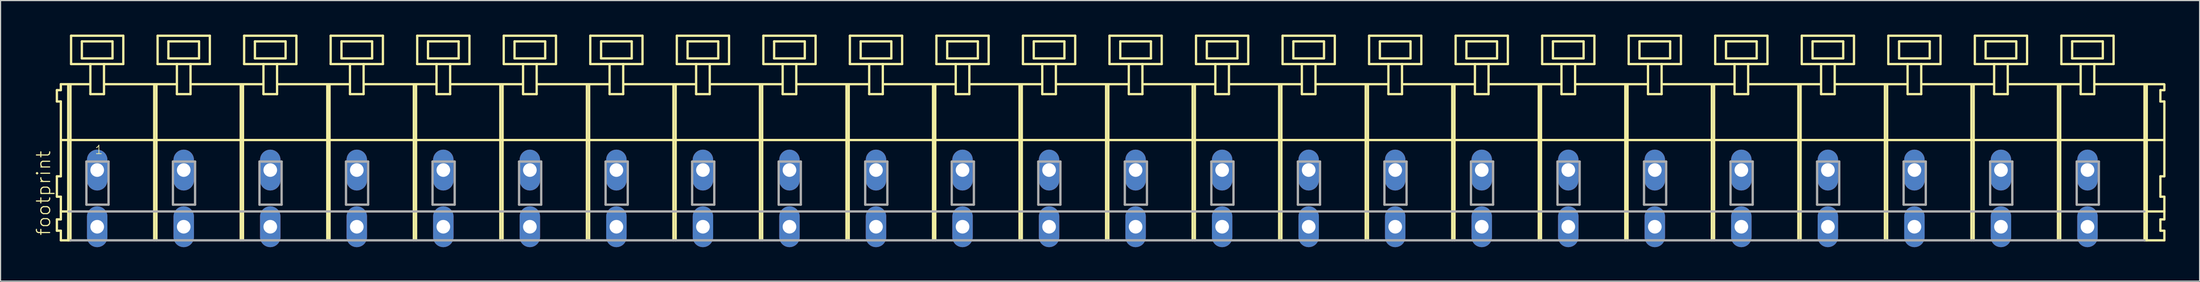
<source format=kicad_pcb>
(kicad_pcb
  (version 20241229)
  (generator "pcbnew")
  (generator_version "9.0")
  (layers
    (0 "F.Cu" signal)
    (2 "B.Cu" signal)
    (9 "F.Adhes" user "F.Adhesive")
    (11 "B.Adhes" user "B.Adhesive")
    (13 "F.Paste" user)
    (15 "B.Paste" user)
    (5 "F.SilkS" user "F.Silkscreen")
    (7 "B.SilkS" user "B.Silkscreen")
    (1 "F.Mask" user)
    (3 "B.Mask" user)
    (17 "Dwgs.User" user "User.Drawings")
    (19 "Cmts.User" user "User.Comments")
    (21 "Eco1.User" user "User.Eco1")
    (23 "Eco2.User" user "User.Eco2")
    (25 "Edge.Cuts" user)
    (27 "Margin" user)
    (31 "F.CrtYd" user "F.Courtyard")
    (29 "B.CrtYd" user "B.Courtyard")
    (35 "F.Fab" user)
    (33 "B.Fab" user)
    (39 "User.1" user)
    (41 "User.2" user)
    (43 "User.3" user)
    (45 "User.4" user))
  (footprint "footprint"
    (layer "F.Cu")
    (at 94.408 11.952)
    (property "Reference" "footprint" (at -92.935 5.855 90) (layer "F.SilkS") (effects (font (size 1.168 1.168) (thickness 0.102)) (justify left bottom)))
    (fp_line (start -92.45 -7.05) (end -92.45 -6.05) (stroke (width 0.203) (type solid)) (layer "F.SilkS"))
    (fp_line (start -92.45 -6.05) (end -92.1 -6.05) (stroke (width 0.203) (type solid)) (layer "F.SilkS"))
    (fp_line (start -92.45 0.55) (end -92.45 2.35) (stroke (width 0.203) (type solid)) (layer "F.SilkS"))
    (fp_line (start -92.45 2.35) (end -92.1 2.35) (stroke (width 0.203) (type solid)) (layer "F.SilkS"))
    (fp_line (start -92.45 4.35) (end -92.45 5.35) (stroke (width 0.203) (type solid)) (layer "F.SilkS"))
    (fp_line (start -92.45 5.35) (end -92.1 5.35) (stroke (width 0.203) (type solid)) (layer "F.SilkS"))
    (fp_line (start -92.1 -7.575) (end -92.1 -7.05) (stroke (width 0.203) (type solid)) (layer "F.SilkS"))
    (fp_line (start -92.1 -7.575) (end -89.525 -7.575) (stroke (width 0.203) (type solid)) (layer "F.SilkS"))
    (fp_line (start -92.1 -7.05) (end -92.45 -7.05) (stroke (width 0.203) (type solid)) (layer "F.SilkS"))
    (fp_line (start -92.1 -6.05) (end -92.1 0.55) (stroke (width 0.203) (type solid)) (layer "F.SilkS"))
    (fp_line (start -92.1 0.55) (end -92.45 0.55) (stroke (width 0.203) (type solid)) (layer "F.SilkS"))
    (fp_line (start -92.1 2.35) (end -92.1 4.35) (stroke (width 0.203) (type solid)) (layer "F.SilkS"))
    (fp_line (start -92.1 3.65) (end -91.4 3.65) (stroke (width 0.203) (type solid)) (layer "F.SilkS"))
    (fp_line (start -92.1 4.35) (end -92.45 4.35) (stroke (width 0.203) (type solid)) (layer "F.SilkS"))
    (fp_line (start -92.1 5.35) (end -92.1 6.2) (stroke (width 0.203) (type solid)) (layer "F.SilkS"))
    (fp_line (start -92.1 6.2) (end -91.45 6.2) (stroke (width 0.203) (type solid)) (layer "F.SilkS"))
    (fp_line (start -92.05 -2.65) (end 93.08 -2.65) (stroke (width 0.203) (type solid)) (layer "F.SilkS"))
    (fp_line (start -91.45 -7.55) (end -91.45 6.2) (stroke (width 0.203) (type solid)) (layer "F.SilkS"))
    (fp_line (start -91.45 6.2) (end -91.25 6.2) (stroke (width 0.203) (type solid)) (layer "F.SilkS"))
    (fp_line (start -91.25 -7.55) (end -91.25 6.2) (stroke (width 0.203) (type solid)) (layer "F.SilkS"))
    (fp_line (start -91.2 -11.85) (end -91.2 -9.35) (stroke (width 0.203) (type solid)) (layer "F.SilkS"))
    (fp_line (start -91.2 -9.35) (end -89.5 -9.35) (stroke (width 0.203) (type solid)) (layer "F.SilkS"))
    (fp_line (start -90.25 -11.35) (end -90.25 -9.85) (stroke (width 0.203) (type solid)) (layer "F.SilkS"))
    (fp_line (start -90.25 -9.85) (end -87.55 -9.85) (stroke (width 0.203) (type solid)) (layer "F.SilkS"))
    (fp_line (start -89.5 -9.35) (end -89.5 -6.7) (stroke (width 0.203) (type solid)) (layer "F.SilkS"))
    (fp_line (start -89.5 -9.35) (end -88.3 -9.35) (stroke (width 0.203) (type solid)) (layer "F.SilkS"))
    (fp_line (start -89.5 -6.7) (end -88.3 -6.7) (stroke (width 0.203) (type solid)) (layer "F.SilkS"))
    (fp_line (start -88.3 -9.35) (end -86.6 -9.35) (stroke (width 0.203) (type solid)) (layer "F.SilkS"))
    (fp_line (start -88.3 -6.7) (end -88.3 -9.35) (stroke (width 0.203) (type solid)) (layer "F.SilkS"))
    (fp_line (start -88.275 -7.575) (end -81.901 -7.575) (stroke (width 0.203) (type solid)) (layer "F.SilkS"))
    (fp_line (start -87.55 -11.35) (end -90.25 -11.35) (stroke (width 0.203) (type solid)) (layer "F.SilkS"))
    (fp_line (start -87.55 -9.85) (end -87.55 -11.35) (stroke (width 0.203) (type solid)) (layer "F.SilkS"))
    (fp_line (start -86.6 -11.85) (end -91.2 -11.85) (stroke (width 0.203) (type solid)) (layer "F.SilkS"))
    (fp_line (start -86.6 -9.35) (end -86.6 -11.85) (stroke (width 0.203) (type solid)) (layer "F.SilkS"))
    (fp_line (start -83.88 -7.55) (end -83.88 6.2) (stroke (width 0.203) (type solid)) (layer "F.SilkS"))
    (fp_line (start -83.68 -7.55) (end -83.68 6.2) (stroke (width 0.203) (type solid)) (layer "F.SilkS"))
    (fp_line (start -83.58 -11.85) (end -83.58 -9.35) (stroke (width 0.203) (type solid)) (layer "F.SilkS"))
    (fp_line (start -83.58 -9.35) (end -81.88 -9.35) (stroke (width 0.203) (type solid)) (layer "F.SilkS"))
    (fp_line (start -82.63 -11.35) (end -82.63 -9.85) (stroke (width 0.203) (type solid)) (layer "F.SilkS"))
    (fp_line (start -82.63 -9.85) (end -79.93 -9.85) (stroke (width 0.203) (type solid)) (layer "F.SilkS"))
    (fp_line (start -81.88 -9.35) (end -81.88 -6.7) (stroke (width 0.203) (type solid)) (layer "F.SilkS"))
    (fp_line (start -81.88 -9.35) (end -80.68 -9.35) (stroke (width 0.203) (type solid)) (layer "F.SilkS"))
    (fp_line (start -81.88 -6.7) (end -80.68 -6.7) (stroke (width 0.203) (type solid)) (layer "F.SilkS"))
    (fp_line (start -80.68 -9.35) (end -78.98 -9.35) (stroke (width 0.203) (type solid)) (layer "F.SilkS"))
    (fp_line (start -80.68 -6.7) (end -80.68 -9.35) (stroke (width 0.203) (type solid)) (layer "F.SilkS"))
    (fp_line (start -80.655 -7.575) (end -74.281 -7.575) (stroke (width 0.203) (type solid)) (layer "F.SilkS"))
    (fp_line (start -79.93 -11.35) (end -82.63 -11.35) (stroke (width 0.203) (type solid)) (layer "F.SilkS"))
    (fp_line (start -79.93 -9.85) (end -79.93 -11.35) (stroke (width 0.203) (type solid)) (layer "F.SilkS"))
    (fp_line (start -78.98 -11.85) (end -83.58 -11.85) (stroke (width 0.203) (type solid)) (layer "F.SilkS"))
    (fp_line (start -78.98 -9.35) (end -78.98 -11.85) (stroke (width 0.203) (type solid)) (layer "F.SilkS"))
    (fp_line (start -76.26 -7.55) (end -76.26 6.2) (stroke (width 0.203) (type solid)) (layer "F.SilkS"))
    (fp_line (start -76.06 -7.55) (end -76.06 6.2) (stroke (width 0.203) (type solid)) (layer "F.SilkS"))
    (fp_line (start -75.96 -11.85) (end -75.96 -9.35) (stroke (width 0.203) (type solid)) (layer "F.SilkS"))
    (fp_line (start -75.96 -9.35) (end -74.26 -9.35) (stroke (width 0.203) (type solid)) (layer "F.SilkS"))
    (fp_line (start -75.01 -11.35) (end -75.01 -9.85) (stroke (width 0.203) (type solid)) (layer "F.SilkS"))
    (fp_line (start -75.01 -9.85) (end -72.31 -9.85) (stroke (width 0.203) (type solid)) (layer "F.SilkS"))
    (fp_line (start -74.26 -9.35) (end -74.26 -6.7) (stroke (width 0.203) (type solid)) (layer "F.SilkS"))
    (fp_line (start -74.26 -9.35) (end -73.06 -9.35) (stroke (width 0.203) (type solid)) (layer "F.SilkS"))
    (fp_line (start -74.26 -6.7) (end -73.06 -6.7) (stroke (width 0.203) (type solid)) (layer "F.SilkS"))
    (fp_line (start -73.06 -9.35) (end -71.36 -9.35) (stroke (width 0.203) (type solid)) (layer "F.SilkS"))
    (fp_line (start -73.06 -6.7) (end -73.06 -9.35) (stroke (width 0.203) (type solid)) (layer "F.SilkS"))
    (fp_line (start -73.035 -7.575) (end -66.661 -7.575) (stroke (width 0.203) (type solid)) (layer "F.SilkS"))
    (fp_line (start -72.31 -11.35) (end -75.01 -11.35) (stroke (width 0.203) (type solid)) (layer "F.SilkS"))
    (fp_line (start -72.31 -9.85) (end -72.31 -11.35) (stroke (width 0.203) (type solid)) (layer "F.SilkS"))
    (fp_line (start -71.36 -11.85) (end -75.96 -11.85) (stroke (width 0.203) (type solid)) (layer "F.SilkS"))
    (fp_line (start -71.36 -9.35) (end -71.36 -11.85) (stroke (width 0.203) (type solid)) (layer "F.SilkS"))
    (fp_line (start -68.64 -7.55) (end -68.64 6.2) (stroke (width 0.203) (type solid)) (layer "F.SilkS"))
    (fp_line (start -68.44 -7.55) (end -68.44 6.2) (stroke (width 0.203) (type solid)) (layer "F.SilkS"))
    (fp_line (start -68.34 -11.85) (end -68.34 -9.35) (stroke (width 0.203) (type solid)) (layer "F.SilkS"))
    (fp_line (start -68.34 -9.35) (end -66.64 -9.35) (stroke (width 0.203) (type solid)) (layer "F.SilkS"))
    (fp_line (start -67.39 -11.35) (end -67.39 -9.85) (stroke (width 0.203) (type solid)) (layer "F.SilkS"))
    (fp_line (start -67.39 -9.85) (end -64.69 -9.85) (stroke (width 0.203) (type solid)) (layer "F.SilkS"))
    (fp_line (start -66.64 -9.35) (end -66.64 -6.7) (stroke (width 0.203) (type solid)) (layer "F.SilkS"))
    (fp_line (start -66.64 -9.35) (end -65.44 -9.35) (stroke (width 0.203) (type solid)) (layer "F.SilkS"))
    (fp_line (start -66.64 -6.7) (end -65.44 -6.7) (stroke (width 0.203) (type solid)) (layer "F.SilkS"))
    (fp_line (start -65.44 -9.35) (end -63.74 -9.35) (stroke (width 0.203) (type solid)) (layer "F.SilkS"))
    (fp_line (start -65.44 -6.7) (end -65.44 -9.35) (stroke (width 0.203) (type solid)) (layer "F.SilkS"))
    (fp_line (start -65.415 -7.575) (end -59.041 -7.575) (stroke (width 0.203) (type solid)) (layer "F.SilkS"))
    (fp_line (start -64.69 -11.35) (end -67.39 -11.35) (stroke (width 0.203) (type solid)) (layer "F.SilkS"))
    (fp_line (start -64.69 -9.85) (end -64.69 -11.35) (stroke (width 0.203) (type solid)) (layer "F.SilkS"))
    (fp_line (start -63.74 -11.85) (end -68.34 -11.85) (stroke (width 0.203) (type solid)) (layer "F.SilkS"))
    (fp_line (start -63.74 -9.35) (end -63.74 -11.85) (stroke (width 0.203) (type solid)) (layer "F.SilkS"))
    (fp_line (start -61.02 -7.55) (end -61.02 6.2) (stroke (width 0.203) (type solid)) (layer "F.SilkS"))
    (fp_line (start -60.82 -7.55) (end -60.82 6.2) (stroke (width 0.203) (type solid)) (layer "F.SilkS"))
    (fp_line (start -60.72 -11.85) (end -60.72 -9.35) (stroke (width 0.203) (type solid)) (layer "F.SilkS"))
    (fp_line (start -60.72 -9.35) (end -59.02 -9.35) (stroke (width 0.203) (type solid)) (layer "F.SilkS"))
    (fp_line (start -59.77 -11.35) (end -59.77 -9.85) (stroke (width 0.203) (type solid)) (layer "F.SilkS"))
    (fp_line (start -59.77 -9.85) (end -57.07 -9.85) (stroke (width 0.203) (type solid)) (layer "F.SilkS"))
    (fp_line (start -59.02 -9.35) (end -59.02 -6.7) (stroke (width 0.203) (type solid)) (layer "F.SilkS"))
    (fp_line (start -59.02 -9.35) (end -57.82 -9.35) (stroke (width 0.203) (type solid)) (layer "F.SilkS"))
    (fp_line (start -59.02 -6.7) (end -57.82 -6.7) (stroke (width 0.203) (type solid)) (layer "F.SilkS"))
    (fp_line (start -57.82 -9.35) (end -56.12 -9.35) (stroke (width 0.203) (type solid)) (layer "F.SilkS"))
    (fp_line (start -57.82 -6.7) (end -57.82 -9.35) (stroke (width 0.203) (type solid)) (layer "F.SilkS"))
    (fp_line (start -57.795 -7.575) (end -51.421 -7.575) (stroke (width 0.203) (type solid)) (layer "F.SilkS"))
    (fp_line (start -57.07 -11.35) (end -59.77 -11.35) (stroke (width 0.203) (type solid)) (layer "F.SilkS"))
    (fp_line (start -57.07 -9.85) (end -57.07 -11.35) (stroke (width 0.203) (type solid)) (layer "F.SilkS"))
    (fp_line (start -56.12 -11.85) (end -60.72 -11.85) (stroke (width 0.203) (type solid)) (layer "F.SilkS"))
    (fp_line (start -56.12 -9.35) (end -56.12 -11.85) (stroke (width 0.203) (type solid)) (layer "F.SilkS"))
    (fp_line (start -53.4 -7.55) (end -53.4 6.2) (stroke (width 0.203) (type solid)) (layer "F.SilkS"))
    (fp_line (start -53.2 -7.55) (end -53.2 6.2) (stroke (width 0.203) (type solid)) (layer "F.SilkS"))
    (fp_line (start -53.1 -11.85) (end -53.1 -9.35) (stroke (width 0.203) (type solid)) (layer "F.SilkS"))
    (fp_line (start -53.1 -9.35) (end -51.4 -9.35) (stroke (width 0.203) (type solid)) (layer "F.SilkS"))
    (fp_line (start -52.15 -11.35) (end -52.15 -9.85) (stroke (width 0.203) (type solid)) (layer "F.SilkS"))
    (fp_line (start -52.15 -9.85) (end -49.45 -9.85) (stroke (width 0.203) (type solid)) (layer "F.SilkS"))
    (fp_line (start -51.4 -9.35) (end -51.4 -6.7) (stroke (width 0.203) (type solid)) (layer "F.SilkS"))
    (fp_line (start -51.4 -9.35) (end -50.2 -9.35) (stroke (width 0.203) (type solid)) (layer "F.SilkS"))
    (fp_line (start -51.4 -6.7) (end -50.2 -6.7) (stroke (width 0.203) (type solid)) (layer "F.SilkS"))
    (fp_line (start -50.2 -9.35) (end -48.5 -9.35) (stroke (width 0.203) (type solid)) (layer "F.SilkS"))
    (fp_line (start -50.2 -6.7) (end -50.2 -9.35) (stroke (width 0.203) (type solid)) (layer "F.SilkS"))
    (fp_line (start -50.175 -7.575) (end -43.801 -7.575) (stroke (width 0.203) (type solid)) (layer "F.SilkS"))
    (fp_line (start -49.45 -11.35) (end -52.15 -11.35) (stroke (width 0.203) (type solid)) (layer "F.SilkS"))
    (fp_line (start -49.45 -9.85) (end -49.45 -11.35) (stroke (width 0.203) (type solid)) (layer "F.SilkS"))
    (fp_line (start -48.5 -11.85) (end -53.1 -11.85) (stroke (width 0.203) (type solid)) (layer "F.SilkS"))
    (fp_line (start -48.5 -9.35) (end -48.5 -11.85) (stroke (width 0.203) (type solid)) (layer "F.SilkS"))
    (fp_line (start -45.78 -7.55) (end -45.78 6.2) (stroke (width 0.203) (type solid)) (layer "F.SilkS"))
    (fp_line (start -45.58 -7.55) (end -45.58 6.2) (stroke (width 0.203) (type solid)) (layer "F.SilkS"))
    (fp_line (start -45.48 -11.85) (end -45.48 -9.35) (stroke (width 0.203) (type solid)) (layer "F.SilkS"))
    (fp_line (start -45.48 -9.35) (end -43.78 -9.35) (stroke (width 0.203) (type solid)) (layer "F.SilkS"))
    (fp_line (start -44.53 -11.35) (end -44.53 -9.85) (stroke (width 0.203) (type solid)) (layer "F.SilkS"))
    (fp_line (start -44.53 -9.85) (end -41.83 -9.85) (stroke (width 0.203) (type solid)) (layer "F.SilkS"))
    (fp_line (start -43.78 -9.35) (end -43.78 -6.7) (stroke (width 0.203) (type solid)) (layer "F.SilkS"))
    (fp_line (start -43.78 -9.35) (end -42.58 -9.35) (stroke (width 0.203) (type solid)) (layer "F.SilkS"))
    (fp_line (start -43.78 -6.7) (end -42.58 -6.7) (stroke (width 0.203) (type solid)) (layer "F.SilkS"))
    (fp_line (start -42.58 -9.35) (end -40.88 -9.35) (stroke (width 0.203) (type solid)) (layer "F.SilkS"))
    (fp_line (start -42.58 -6.7) (end -42.58 -9.35) (stroke (width 0.203) (type solid)) (layer "F.SilkS"))
    (fp_line (start -42.555 -7.575) (end -36.181 -7.575) (stroke (width 0.203) (type solid)) (layer "F.SilkS"))
    (fp_line (start -41.83 -11.35) (end -44.53 -11.35) (stroke (width 0.203) (type solid)) (layer "F.SilkS"))
    (fp_line (start -41.83 -9.85) (end -41.83 -11.35) (stroke (width 0.203) (type solid)) (layer "F.SilkS"))
    (fp_line (start -40.88 -11.85) (end -45.48 -11.85) (stroke (width 0.203) (type solid)) (layer "F.SilkS"))
    (fp_line (start -40.88 -9.35) (end -40.88 -11.85) (stroke (width 0.203) (type solid)) (layer "F.SilkS"))
    (fp_line (start -38.16 -7.55) (end -38.16 6.2) (stroke (width 0.203) (type solid)) (layer "F.SilkS"))
    (fp_line (start -37.96 -7.55) (end -37.96 6.2) (stroke (width 0.203) (type solid)) (layer "F.SilkS"))
    (fp_line (start -37.86 -11.85) (end -37.86 -9.35) (stroke (width 0.203) (type solid)) (layer "F.SilkS"))
    (fp_line (start -37.86 -9.35) (end -36.16 -9.35) (stroke (width 0.203) (type solid)) (layer "F.SilkS"))
    (fp_line (start -36.91 -11.35) (end -36.91 -9.85) (stroke (width 0.203) (type solid)) (layer "F.SilkS"))
    (fp_line (start -36.91 -9.85) (end -34.21 -9.85) (stroke (width 0.203) (type solid)) (layer "F.SilkS"))
    (fp_line (start -36.16 -9.35) (end -36.16 -6.7) (stroke (width 0.203) (type solid)) (layer "F.SilkS"))
    (fp_line (start -36.16 -9.35) (end -34.96 -9.35) (stroke (width 0.203) (type solid)) (layer "F.SilkS"))
    (fp_line (start -36.16 -6.7) (end -34.96 -6.7) (stroke (width 0.203) (type solid)) (layer "F.SilkS"))
    (fp_line (start -34.96 -9.35) (end -33.26 -9.35) (stroke (width 0.203) (type solid)) (layer "F.SilkS"))
    (fp_line (start -34.96 -6.7) (end -34.96 -9.35) (stroke (width 0.203) (type solid)) (layer "F.SilkS"))
    (fp_line (start -34.935 -7.575) (end -28.561 -7.575) (stroke (width 0.203) (type solid)) (layer "F.SilkS"))
    (fp_line (start -34.21 -11.35) (end -36.91 -11.35) (stroke (width 0.203) (type solid)) (layer "F.SilkS"))
    (fp_line (start -34.21 -9.85) (end -34.21 -11.35) (stroke (width 0.203) (type solid)) (layer "F.SilkS"))
    (fp_line (start -33.26 -11.85) (end -37.86 -11.85) (stroke (width 0.203) (type solid)) (layer "F.SilkS"))
    (fp_line (start -33.26 -9.35) (end -33.26 -11.85) (stroke (width 0.203) (type solid)) (layer "F.SilkS"))
    (fp_line (start -30.54 -7.55) (end -30.54 6.2) (stroke (width 0.203) (type solid)) (layer "F.SilkS"))
    (fp_line (start -30.34 -7.55) (end -30.34 6.2) (stroke (width 0.203) (type solid)) (layer "F.SilkS"))
    (fp_line (start -30.24 -11.85) (end -30.24 -9.35) (stroke (width 0.203) (type solid)) (layer "F.SilkS"))
    (fp_line (start -30.24 -9.35) (end -28.54 -9.35) (stroke (width 0.203) (type solid)) (layer "F.SilkS"))
    (fp_line (start -29.29 -11.35) (end -29.29 -9.85) (stroke (width 0.203) (type solid)) (layer "F.SilkS"))
    (fp_line (start -29.29 -9.85) (end -26.59 -9.85) (stroke (width 0.203) (type solid)) (layer "F.SilkS"))
    (fp_line (start -28.54 -9.35) (end -28.54 -6.7) (stroke (width 0.203) (type solid)) (layer "F.SilkS"))
    (fp_line (start -28.54 -9.35) (end -27.34 -9.35) (stroke (width 0.203) (type solid)) (layer "F.SilkS"))
    (fp_line (start -28.54 -6.7) (end -27.34 -6.7) (stroke (width 0.203) (type solid)) (layer "F.SilkS"))
    (fp_line (start -27.34 -9.35) (end -25.64 -9.35) (stroke (width 0.203) (type solid)) (layer "F.SilkS"))
    (fp_line (start -27.34 -6.7) (end -27.34 -9.35) (stroke (width 0.203) (type solid)) (layer "F.SilkS"))
    (fp_line (start -27.315 -7.575) (end -20.941 -7.575) (stroke (width 0.203) (type solid)) (layer "F.SilkS"))
    (fp_line (start -26.59 -11.35) (end -29.29 -11.35) (stroke (width 0.203) (type solid)) (layer "F.SilkS"))
    (fp_line (start -26.59 -9.85) (end -26.59 -11.35) (stroke (width 0.203) (type solid)) (layer "F.SilkS"))
    (fp_line (start -25.64 -11.85) (end -30.24 -11.85) (stroke (width 0.203) (type solid)) (layer "F.SilkS"))
    (fp_line (start -25.64 -9.35) (end -25.64 -11.85) (stroke (width 0.203) (type solid)) (layer "F.SilkS"))
    (fp_line (start -22.92 -7.55) (end -22.92 6.2) (stroke (width 0.203) (type solid)) (layer "F.SilkS"))
    (fp_line (start -22.72 -7.55) (end -22.72 6.2) (stroke (width 0.203) (type solid)) (layer "F.SilkS"))
    (fp_line (start -22.62 -11.85) (end -22.62 -9.35) (stroke (width 0.203) (type solid)) (layer "F.SilkS"))
    (fp_line (start -22.62 -9.35) (end -20.92 -9.35) (stroke (width 0.203) (type solid)) (layer "F.SilkS"))
    (fp_line (start -21.67 -11.35) (end -21.67 -9.85) (stroke (width 0.203) (type solid)) (layer "F.SilkS"))
    (fp_line (start -21.67 -9.85) (end -18.97 -9.85) (stroke (width 0.203) (type solid)) (layer "F.SilkS"))
    (fp_line (start -20.92 -9.35) (end -20.92 -6.7) (stroke (width 0.203) (type solid)) (layer "F.SilkS"))
    (fp_line (start -20.92 -9.35) (end -19.72 -9.35) (stroke (width 0.203) (type solid)) (layer "F.SilkS"))
    (fp_line (start -20.92 -6.7) (end -19.72 -6.7) (stroke (width 0.203) (type solid)) (layer "F.SilkS"))
    (fp_line (start -19.72 -9.35) (end -18.02 -9.35) (stroke (width 0.203) (type solid)) (layer "F.SilkS"))
    (fp_line (start -19.72 -6.7) (end -19.72 -9.35) (stroke (width 0.203) (type solid)) (layer "F.SilkS"))
    (fp_line (start -19.695 -7.575) (end -13.321 -7.575) (stroke (width 0.203) (type solid)) (layer "F.SilkS"))
    (fp_line (start -18.97 -11.35) (end -21.67 -11.35) (stroke (width 0.203) (type solid)) (layer "F.SilkS"))
    (fp_line (start -18.97 -9.85) (end -18.97 -11.35) (stroke (width 0.203) (type solid)) (layer "F.SilkS"))
    (fp_line (start -18.02 -11.85) (end -22.62 -11.85) (stroke (width 0.203) (type solid)) (layer "F.SilkS"))
    (fp_line (start -18.02 -9.35) (end -18.02 -11.85) (stroke (width 0.203) (type solid)) (layer "F.SilkS"))
    (fp_line (start -15.3 -7.55) (end -15.3 6.2) (stroke (width 0.203) (type solid)) (layer "F.SilkS"))
    (fp_line (start -15.1 -7.55) (end -15.1 6.2) (stroke (width 0.203) (type solid)) (layer "F.SilkS"))
    (fp_line (start -15 -11.85) (end -15 -9.35) (stroke (width 0.203) (type solid)) (layer "F.SilkS"))
    (fp_line (start -15 -9.35) (end -13.3 -9.35) (stroke (width 0.203) (type solid)) (layer "F.SilkS"))
    (fp_line (start -14.05 -11.35) (end -14.05 -9.85) (stroke (width 0.203) (type solid)) (layer "F.SilkS"))
    (fp_line (start -14.05 -9.85) (end -11.35 -9.85) (stroke (width 0.203) (type solid)) (layer "F.SilkS"))
    (fp_line (start -13.3 -9.35) (end -13.3 -6.7) (stroke (width 0.203) (type solid)) (layer "F.SilkS"))
    (fp_line (start -13.3 -9.35) (end -12.1 -9.35) (stroke (width 0.203) (type solid)) (layer "F.SilkS"))
    (fp_line (start -13.3 -6.7) (end -12.1 -6.7) (stroke (width 0.203) (type solid)) (layer "F.SilkS"))
    (fp_line (start -12.1 -9.35) (end -10.4 -9.35) (stroke (width 0.203) (type solid)) (layer "F.SilkS"))
    (fp_line (start -12.1 -6.7) (end -12.1 -9.35) (stroke (width 0.203) (type solid)) (layer "F.SilkS"))
    (fp_line (start -12.075 -7.575) (end -5.701 -7.575) (stroke (width 0.203) (type solid)) (layer "F.SilkS"))
    (fp_line (start -11.35 -11.35) (end -14.05 -11.35) (stroke (width 0.203) (type solid)) (layer "F.SilkS"))
    (fp_line (start -11.35 -9.85) (end -11.35 -11.35) (stroke (width 0.203) (type solid)) (layer "F.SilkS"))
    (fp_line (start -10.4 -11.85) (end -15 -11.85) (stroke (width 0.203) (type solid)) (layer "F.SilkS"))
    (fp_line (start -10.4 -9.35) (end -10.4 -11.85) (stroke (width 0.203) (type solid)) (layer "F.SilkS"))
    (fp_line (start -7.68 -7.55) (end -7.68 6.2) (stroke (width 0.203) (type solid)) (layer "F.SilkS"))
    (fp_line (start -7.48 -7.55) (end -7.48 6.2) (stroke (width 0.203) (type solid)) (layer "F.SilkS"))
    (fp_line (start -7.38 -11.85) (end -7.38 -9.35) (stroke (width 0.203) (type solid)) (layer "F.SilkS"))
    (fp_line (start -7.38 -9.35) (end -5.68 -9.35) (stroke (width 0.203) (type solid)) (layer "F.SilkS"))
    (fp_line (start -6.43 -11.35) (end -6.43 -9.85) (stroke (width 0.203) (type solid)) (layer "F.SilkS"))
    (fp_line (start -6.43 -9.85) (end -3.73 -9.85) (stroke (width 0.203) (type solid)) (layer "F.SilkS"))
    (fp_line (start -5.68 -9.35) (end -5.68 -6.7) (stroke (width 0.203) (type solid)) (layer "F.SilkS"))
    (fp_line (start -5.68 -9.35) (end -4.48 -9.35) (stroke (width 0.203) (type solid)) (layer "F.SilkS"))
    (fp_line (start -5.68 -6.7) (end -4.48 -6.7) (stroke (width 0.203) (type solid)) (layer "F.SilkS"))
    (fp_line (start -4.48 -9.35) (end -2.78 -9.35) (stroke (width 0.203) (type solid)) (layer "F.SilkS"))
    (fp_line (start -4.48 -6.7) (end -4.48 -9.35) (stroke (width 0.203) (type solid)) (layer "F.SilkS"))
    (fp_line (start -4.455 -7.575) (end 1.919 -7.575) (stroke (width 0.203) (type solid)) (layer "F.SilkS"))
    (fp_line (start -3.73 -11.35) (end -6.43 -11.35) (stroke (width 0.203) (type solid)) (layer "F.SilkS"))
    (fp_line (start -3.73 -9.85) (end -3.73 -11.35) (stroke (width 0.203) (type solid)) (layer "F.SilkS"))
    (fp_line (start -2.78 -11.85) (end -7.38 -11.85) (stroke (width 0.203) (type solid)) (layer "F.SilkS"))
    (fp_line (start -2.78 -9.35) (end -2.78 -11.85) (stroke (width 0.203) (type solid)) (layer "F.SilkS"))
    (fp_line (start -0.06 -7.55) (end -0.06 6.2) (stroke (width 0.203) (type solid)) (layer "F.SilkS"))
    (fp_line (start 0.14 -7.55) (end 0.14 6.2) (stroke (width 0.203) (type solid)) (layer "F.SilkS"))
    (fp_line (start 0.24 -11.85) (end 0.24 -9.35) (stroke (width 0.203) (type solid)) (layer "F.SilkS"))
    (fp_line (start 0.24 -9.35) (end 1.94 -9.35) (stroke (width 0.203) (type solid)) (layer "F.SilkS"))
    (fp_line (start 1.19 -11.35) (end 1.19 -9.85) (stroke (width 0.203) (type solid)) (layer "F.SilkS"))
    (fp_line (start 1.19 -9.85) (end 3.89 -9.85) (stroke (width 0.203) (type solid)) (layer "F.SilkS"))
    (fp_line (start 1.94 -9.35) (end 1.94 -6.7) (stroke (width 0.203) (type solid)) (layer "F.SilkS"))
    (fp_line (start 1.94 -9.35) (end 3.14 -9.35) (stroke (width 0.203) (type solid)) (layer "F.SilkS"))
    (fp_line (start 1.94 -6.7) (end 3.14 -6.7) (stroke (width 0.203) (type solid)) (layer "F.SilkS"))
    (fp_line (start 3.14 -9.35) (end 4.84 -9.35) (stroke (width 0.203) (type solid)) (layer "F.SilkS"))
    (fp_line (start 3.14 -6.7) (end 3.14 -9.35) (stroke (width 0.203) (type solid)) (layer "F.SilkS"))
    (fp_line (start 3.165 -7.575) (end 9.539 -7.575) (stroke (width 0.203) (type solid)) (layer "F.SilkS"))
    (fp_line (start 3.89 -11.35) (end 1.19 -11.35) (stroke (width 0.203) (type solid)) (layer "F.SilkS"))
    (fp_line (start 3.89 -9.85) (end 3.89 -11.35) (stroke (width 0.203) (type solid)) (layer "F.SilkS"))
    (fp_line (start 4.84 -11.85) (end 0.24 -11.85) (stroke (width 0.203) (type solid)) (layer "F.SilkS"))
    (fp_line (start 4.84 -9.35) (end 4.84 -11.85) (stroke (width 0.203) (type solid)) (layer "F.SilkS"))
    (fp_line (start 7.56 -7.55) (end 7.56 6.2) (stroke (width 0.203) (type solid)) (layer "F.SilkS"))
    (fp_line (start 7.76 -7.55) (end 7.76 6.2) (stroke (width 0.203) (type solid)) (layer "F.SilkS"))
    (fp_line (start 7.86 -11.85) (end 7.86 -9.35) (stroke (width 0.203) (type solid)) (layer "F.SilkS"))
    (fp_line (start 7.86 -9.35) (end 9.56 -9.35) (stroke (width 0.203) (type solid)) (layer "F.SilkS"))
    (fp_line (start 8.81 -11.35) (end 8.81 -9.85) (stroke (width 0.203) (type solid)) (layer "F.SilkS"))
    (fp_line (start 8.81 -9.85) (end 11.51 -9.85) (stroke (width 0.203) (type solid)) (layer "F.SilkS"))
    (fp_line (start 9.56 -9.35) (end 9.56 -6.7) (stroke (width 0.203) (type solid)) (layer "F.SilkS"))
    (fp_line (start 9.56 -9.35) (end 10.76 -9.35) (stroke (width 0.203) (type solid)) (layer "F.SilkS"))
    (fp_line (start 9.56 -6.7) (end 10.76 -6.7) (stroke (width 0.203) (type solid)) (layer "F.SilkS"))
    (fp_line (start 10.76 -9.35) (end 12.46 -9.35) (stroke (width 0.203) (type solid)) (layer "F.SilkS"))
    (fp_line (start 10.76 -6.7) (end 10.76 -9.35) (stroke (width 0.203) (type solid)) (layer "F.SilkS"))
    (fp_line (start 10.785 -7.575) (end 17.159 -7.575) (stroke (width 0.203) (type solid)) (layer "F.SilkS"))
    (fp_line (start 11.51 -11.35) (end 8.81 -11.35) (stroke (width 0.203) (type solid)) (layer "F.SilkS"))
    (fp_line (start 11.51 -9.85) (end 11.51 -11.35) (stroke (width 0.203) (type solid)) (layer "F.SilkS"))
    (fp_line (start 12.46 -11.85) (end 7.86 -11.85) (stroke (width 0.203) (type solid)) (layer "F.SilkS"))
    (fp_line (start 12.46 -9.35) (end 12.46 -11.85) (stroke (width 0.203) (type solid)) (layer "F.SilkS"))
    (fp_line (start 15.18 -7.55) (end 15.18 6.2) (stroke (width 0.203) (type solid)) (layer "F.SilkS"))
    (fp_line (start 15.38 -7.55) (end 15.38 6.2) (stroke (width 0.203) (type solid)) (layer "F.SilkS"))
    (fp_line (start 15.48 -11.85) (end 15.48 -9.35) (stroke (width 0.203) (type solid)) (layer "F.SilkS"))
    (fp_line (start 15.48 -9.35) (end 17.18 -9.35) (stroke (width 0.203) (type solid)) (layer "F.SilkS"))
    (fp_line (start 16.43 -11.35) (end 16.43 -9.85) (stroke (width 0.203) (type solid)) (layer "F.SilkS"))
    (fp_line (start 16.43 -9.85) (end 19.13 -9.85) (stroke (width 0.203) (type solid)) (layer "F.SilkS"))
    (fp_line (start 17.18 -9.35) (end 17.18 -6.7) (stroke (width 0.203) (type solid)) (layer "F.SilkS"))
    (fp_line (start 17.18 -9.35) (end 18.38 -9.35) (stroke (width 0.203) (type solid)) (layer "F.SilkS"))
    (fp_line (start 17.18 -6.7) (end 18.38 -6.7) (stroke (width 0.203) (type solid)) (layer "F.SilkS"))
    (fp_line (start 18.38 -9.35) (end 20.08 -9.35) (stroke (width 0.203) (type solid)) (layer "F.SilkS"))
    (fp_line (start 18.38 -6.7) (end 18.38 -9.35) (stroke (width 0.203) (type solid)) (layer "F.SilkS"))
    (fp_line (start 18.405 -7.575) (end 24.779 -7.575) (stroke (width 0.203) (type solid)) (layer "F.SilkS"))
    (fp_line (start 19.13 -11.35) (end 16.43 -11.35) (stroke (width 0.203) (type solid)) (layer "F.SilkS"))
    (fp_line (start 19.13 -9.85) (end 19.13 -11.35) (stroke (width 0.203) (type solid)) (layer "F.SilkS"))
    (fp_line (start 20.08 -11.85) (end 15.48 -11.85) (stroke (width 0.203) (type solid)) (layer "F.SilkS"))
    (fp_line (start 20.08 -9.35) (end 20.08 -11.85) (stroke (width 0.203) (type solid)) (layer "F.SilkS"))
    (fp_line (start 22.8 -7.55) (end 22.8 6.2) (stroke (width 0.203) (type solid)) (layer "F.SilkS"))
    (fp_line (start 23 -7.55) (end 23 6.2) (stroke (width 0.203) (type solid)) (layer "F.SilkS"))
    (fp_line (start 23.1 -11.85) (end 23.1 -9.35) (stroke (width 0.203) (type solid)) (layer "F.SilkS"))
    (fp_line (start 23.1 -9.35) (end 24.8 -9.35) (stroke (width 0.203) (type solid)) (layer "F.SilkS"))
    (fp_line (start 24.05 -11.35) (end 24.05 -9.85) (stroke (width 0.203) (type solid)) (layer "F.SilkS"))
    (fp_line (start 24.05 -9.85) (end 26.75 -9.85) (stroke (width 0.203) (type solid)) (layer "F.SilkS"))
    (fp_line (start 24.8 -9.35) (end 24.8 -6.7) (stroke (width 0.203) (type solid)) (layer "F.SilkS"))
    (fp_line (start 24.8 -9.35) (end 26 -9.35) (stroke (width 0.203) (type solid)) (layer "F.SilkS"))
    (fp_line (start 24.8 -6.7) (end 26 -6.7) (stroke (width 0.203) (type solid)) (layer "F.SilkS"))
    (fp_line (start 26 -9.35) (end 27.7 -9.35) (stroke (width 0.203) (type solid)) (layer "F.SilkS"))
    (fp_line (start 26 -6.7) (end 26 -9.35) (stroke (width 0.203) (type solid)) (layer "F.SilkS"))
    (fp_line (start 26.025 -7.575) (end 32.399 -7.575) (stroke (width 0.203) (type solid)) (layer "F.SilkS"))
    (fp_line (start 26.75 -11.35) (end 24.05 -11.35) (stroke (width 0.203) (type solid)) (layer "F.SilkS"))
    (fp_line (start 26.75 -9.85) (end 26.75 -11.35) (stroke (width 0.203) (type solid)) (layer "F.SilkS"))
    (fp_line (start 27.7 -11.85) (end 23.1 -11.85) (stroke (width 0.203) (type solid)) (layer "F.SilkS"))
    (fp_line (start 27.7 -9.35) (end 27.7 -11.85) (stroke (width 0.203) (type solid)) (layer "F.SilkS"))
    (fp_line (start 30.42 -7.55) (end 30.42 6.2) (stroke (width 0.203) (type solid)) (layer "F.SilkS"))
    (fp_line (start 30.62 -7.55) (end 30.62 6.2) (stroke (width 0.203) (type solid)) (layer "F.SilkS"))
    (fp_line (start 30.72 -11.85) (end 30.72 -9.35) (stroke (width 0.203) (type solid)) (layer "F.SilkS"))
    (fp_line (start 30.72 -9.35) (end 32.42 -9.35) (stroke (width 0.203) (type solid)) (layer "F.SilkS"))
    (fp_line (start 31.67 -11.35) (end 31.67 -9.85) (stroke (width 0.203) (type solid)) (layer "F.SilkS"))
    (fp_line (start 31.67 -9.85) (end 34.37 -9.85) (stroke (width 0.203) (type solid)) (layer "F.SilkS"))
    (fp_line (start 32.42 -9.35) (end 32.42 -6.7) (stroke (width 0.203) (type solid)) (layer "F.SilkS"))
    (fp_line (start 32.42 -9.35) (end 33.62 -9.35) (stroke (width 0.203) (type solid)) (layer "F.SilkS"))
    (fp_line (start 32.42 -6.7) (end 33.62 -6.7) (stroke (width 0.203) (type solid)) (layer "F.SilkS"))
    (fp_line (start 33.62 -9.35) (end 35.32 -9.35) (stroke (width 0.203) (type solid)) (layer "F.SilkS"))
    (fp_line (start 33.62 -6.7) (end 33.62 -9.35) (stroke (width 0.203) (type solid)) (layer "F.SilkS"))
    (fp_line (start 33.645 -7.575) (end 40.019 -7.575) (stroke (width 0.203) (type solid)) (layer "F.SilkS"))
    (fp_line (start 34.37 -11.35) (end 31.67 -11.35) (stroke (width 0.203) (type solid)) (layer "F.SilkS"))
    (fp_line (start 34.37 -9.85) (end 34.37 -11.35) (stroke (width 0.203) (type solid)) (layer "F.SilkS"))
    (fp_line (start 35.32 -11.85) (end 30.72 -11.85) (stroke (width 0.203) (type solid)) (layer "F.SilkS"))
    (fp_line (start 35.32 -9.35) (end 35.32 -11.85) (stroke (width 0.203) (type solid)) (layer "F.SilkS"))
    (fp_line (start 38.04 -7.55) (end 38.04 6.2) (stroke (width 0.203) (type solid)) (layer "F.SilkS"))
    (fp_line (start 38.24 -7.55) (end 38.24 6.2) (stroke (width 0.203) (type solid)) (layer "F.SilkS"))
    (fp_line (start 38.34 -11.85) (end 38.34 -9.35) (stroke (width 0.203) (type solid)) (layer "F.SilkS"))
    (fp_line (start 38.34 -9.35) (end 40.04 -9.35) (stroke (width 0.203) (type solid)) (layer "F.SilkS"))
    (fp_line (start 39.29 -11.35) (end 39.29 -9.85) (stroke (width 0.203) (type solid)) (layer "F.SilkS"))
    (fp_line (start 39.29 -9.85) (end 41.99 -9.85) (stroke (width 0.203) (type solid)) (layer "F.SilkS"))
    (fp_line (start 40.04 -9.35) (end 40.04 -6.7) (stroke (width 0.203) (type solid)) (layer "F.SilkS"))
    (fp_line (start 40.04 -9.35) (end 41.24 -9.35) (stroke (width 0.203) (type solid)) (layer "F.SilkS"))
    (fp_line (start 40.04 -6.7) (end 41.24 -6.7) (stroke (width 0.203) (type solid)) (layer "F.SilkS"))
    (fp_line (start 41.24 -9.35) (end 42.94 -9.35) (stroke (width 0.203) (type solid)) (layer "F.SilkS"))
    (fp_line (start 41.24 -6.7) (end 41.24 -9.35) (stroke (width 0.203) (type solid)) (layer "F.SilkS"))
    (fp_line (start 41.265 -7.575) (end 47.639 -7.575) (stroke (width 0.203) (type solid)) (layer "F.SilkS"))
    (fp_line (start 41.99 -11.35) (end 39.29 -11.35) (stroke (width 0.203) (type solid)) (layer "F.SilkS"))
    (fp_line (start 41.99 -9.85) (end 41.99 -11.35) (stroke (width 0.203) (type solid)) (layer "F.SilkS"))
    (fp_line (start 42.94 -11.85) (end 38.34 -11.85) (stroke (width 0.203) (type solid)) (layer "F.SilkS"))
    (fp_line (start 42.94 -9.35) (end 42.94 -11.85) (stroke (width 0.203) (type solid)) (layer "F.SilkS"))
    (fp_line (start 45.66 -7.55) (end 45.66 6.2) (stroke (width 0.203) (type solid)) (layer "F.SilkS"))
    (fp_line (start 45.86 -7.55) (end 45.86 6.2) (stroke (width 0.203) (type solid)) (layer "F.SilkS"))
    (fp_line (start 45.96 -11.85) (end 45.96 -9.35) (stroke (width 0.203) (type solid)) (layer "F.SilkS"))
    (fp_line (start 45.96 -9.35) (end 47.66 -9.35) (stroke (width 0.203) (type solid)) (layer "F.SilkS"))
    (fp_line (start 46.91 -11.35) (end 46.91 -9.85) (stroke (width 0.203) (type solid)) (layer "F.SilkS"))
    (fp_line (start 46.91 -9.85) (end 49.61 -9.85) (stroke (width 0.203) (type solid)) (layer "F.SilkS"))
    (fp_line (start 47.66 -9.35) (end 47.66 -6.7) (stroke (width 0.203) (type solid)) (layer "F.SilkS"))
    (fp_line (start 47.66 -9.35) (end 48.86 -9.35) (stroke (width 0.203) (type solid)) (layer "F.SilkS"))
    (fp_line (start 47.66 -6.7) (end 48.86 -6.7) (stroke (width 0.203) (type solid)) (layer "F.SilkS"))
    (fp_line (start 48.86 -9.35) (end 50.56 -9.35) (stroke (width 0.203) (type solid)) (layer "F.SilkS"))
    (fp_line (start 48.86 -6.7) (end 48.86 -9.35) (stroke (width 0.203) (type solid)) (layer "F.SilkS"))
    (fp_line (start 48.885 -7.575) (end 55.259 -7.575) (stroke (width 0.203) (type solid)) (layer "F.SilkS"))
    (fp_line (start 49.61 -11.35) (end 46.91 -11.35) (stroke (width 0.203) (type solid)) (layer "F.SilkS"))
    (fp_line (start 49.61 -9.85) (end 49.61 -11.35) (stroke (width 0.203) (type solid)) (layer "F.SilkS"))
    (fp_line (start 50.56 -11.85) (end 45.96 -11.85) (stroke (width 0.203) (type solid)) (layer "F.SilkS"))
    (fp_line (start 50.56 -9.35) (end 50.56 -11.85) (stroke (width 0.203) (type solid)) (layer "F.SilkS"))
    (fp_line (start 53.28 -7.55) (end 53.28 6.2) (stroke (width 0.203) (type solid)) (layer "F.SilkS"))
    (fp_line (start 53.48 -7.55) (end 53.48 6.2) (stroke (width 0.203) (type solid)) (layer "F.SilkS"))
    (fp_line (start 53.58 -11.85) (end 53.58 -9.35) (stroke (width 0.203) (type solid)) (layer "F.SilkS"))
    (fp_line (start 53.58 -9.35) (end 55.28 -9.35) (stroke (width 0.203) (type solid)) (layer "F.SilkS"))
    (fp_line (start 54.53 -11.35) (end 54.53 -9.85) (stroke (width 0.203) (type solid)) (layer "F.SilkS"))
    (fp_line (start 54.53 -9.85) (end 57.23 -9.85) (stroke (width 0.203) (type solid)) (layer "F.SilkS"))
    (fp_line (start 55.28 -9.35) (end 55.28 -6.7) (stroke (width 0.203) (type solid)) (layer "F.SilkS"))
    (fp_line (start 55.28 -9.35) (end 56.48 -9.35) (stroke (width 0.203) (type solid)) (layer "F.SilkS"))
    (fp_line (start 55.28 -6.7) (end 56.48 -6.7) (stroke (width 0.203) (type solid)) (layer "F.SilkS"))
    (fp_line (start 56.48 -9.35) (end 58.18 -9.35) (stroke (width 0.203) (type solid)) (layer "F.SilkS"))
    (fp_line (start 56.48 -6.7) (end 56.48 -9.35) (stroke (width 0.203) (type solid)) (layer "F.SilkS"))
    (fp_line (start 56.505 -7.575) (end 62.879 -7.575) (stroke (width 0.203) (type solid)) (layer "F.SilkS"))
    (fp_line (start 57.23 -11.35) (end 54.53 -11.35) (stroke (width 0.203) (type solid)) (layer "F.SilkS"))
    (fp_line (start 57.23 -9.85) (end 57.23 -11.35) (stroke (width 0.203) (type solid)) (layer "F.SilkS"))
    (fp_line (start 58.18 -11.85) (end 53.58 -11.85) (stroke (width 0.203) (type solid)) (layer "F.SilkS"))
    (fp_line (start 58.18 -9.35) (end 58.18 -11.85) (stroke (width 0.203) (type solid)) (layer "F.SilkS"))
    (fp_line (start 60.9 -7.55) (end 60.9 6.2) (stroke (width 0.203) (type solid)) (layer "F.SilkS"))
    (fp_line (start 61.1 -7.55) (end 61.1 6.2) (stroke (width 0.203) (type solid)) (layer "F.SilkS"))
    (fp_line (start 61.2 -11.85) (end 61.2 -9.35) (stroke (width 0.203) (type solid)) (layer "F.SilkS"))
    (fp_line (start 61.2 -9.35) (end 62.9 -9.35) (stroke (width 0.203) (type solid)) (layer "F.SilkS"))
    (fp_line (start 62.15 -11.35) (end 62.15 -9.85) (stroke (width 0.203) (type solid)) (layer "F.SilkS"))
    (fp_line (start 62.15 -9.85) (end 64.85 -9.85) (stroke (width 0.203) (type solid)) (layer "F.SilkS"))
    (fp_line (start 62.9 -9.35) (end 62.9 -6.7) (stroke (width 0.203) (type solid)) (layer "F.SilkS"))
    (fp_line (start 62.9 -9.35) (end 64.1 -9.35) (stroke (width 0.203) (type solid)) (layer "F.SilkS"))
    (fp_line (start 62.9 -6.7) (end 64.1 -6.7) (stroke (width 0.203) (type solid)) (layer "F.SilkS"))
    (fp_line (start 64.1 -9.35) (end 65.8 -9.35) (stroke (width 0.203) (type solid)) (layer "F.SilkS"))
    (fp_line (start 64.1 -6.7) (end 64.1 -9.35) (stroke (width 0.203) (type solid)) (layer "F.SilkS"))
    (fp_line (start 64.125 -7.575) (end 70.499 -7.575) (stroke (width 0.203) (type solid)) (layer "F.SilkS"))
    (fp_line (start 64.85 -11.35) (end 62.15 -11.35) (stroke (width 0.203) (type solid)) (layer "F.SilkS"))
    (fp_line (start 64.85 -9.85) (end 64.85 -11.35) (stroke (width 0.203) (type solid)) (layer "F.SilkS"))
    (fp_line (start 65.8 -11.85) (end 61.2 -11.85) (stroke (width 0.203) (type solid)) (layer "F.SilkS"))
    (fp_line (start 65.8 -9.35) (end 65.8 -11.85) (stroke (width 0.203) (type solid)) (layer "F.SilkS"))
    (fp_line (start 68.52 -7.55) (end 68.52 6.2) (stroke (width 0.203) (type solid)) (layer "F.SilkS"))
    (fp_line (start 68.72 -7.55) (end 68.72 6.2) (stroke (width 0.203) (type solid)) (layer "F.SilkS"))
    (fp_line (start 68.82 -11.85) (end 68.82 -9.35) (stroke (width 0.203) (type solid)) (layer "F.SilkS"))
    (fp_line (start 68.82 -9.35) (end 70.52 -9.35) (stroke (width 0.203) (type solid)) (layer "F.SilkS"))
    (fp_line (start 69.77 -11.35) (end 69.77 -9.85) (stroke (width 0.203) (type solid)) (layer "F.SilkS"))
    (fp_line (start 69.77 -9.85) (end 72.47 -9.85) (stroke (width 0.203) (type solid)) (layer "F.SilkS"))
    (fp_line (start 70.52 -9.35) (end 70.52 -6.7) (stroke (width 0.203) (type solid)) (layer "F.SilkS"))
    (fp_line (start 70.52 -9.35) (end 71.72 -9.35) (stroke (width 0.203) (type solid)) (layer "F.SilkS"))
    (fp_line (start 70.52 -6.7) (end 71.72 -6.7) (stroke (width 0.203) (type solid)) (layer "F.SilkS"))
    (fp_line (start 71.72 -9.35) (end 73.42 -9.35) (stroke (width 0.203) (type solid)) (layer "F.SilkS"))
    (fp_line (start 71.72 -6.7) (end 71.72 -9.35) (stroke (width 0.203) (type solid)) (layer "F.SilkS"))
    (fp_line (start 71.745 -7.575) (end 78.119 -7.575) (stroke (width 0.203) (type solid)) (layer "F.SilkS"))
    (fp_line (start 72.47 -11.35) (end 69.77 -11.35) (stroke (width 0.203) (type solid)) (layer "F.SilkS"))
    (fp_line (start 72.47 -9.85) (end 72.47 -11.35) (stroke (width 0.203) (type solid)) (layer "F.SilkS"))
    (fp_line (start 73.42 -11.85) (end 68.82 -11.85) (stroke (width 0.203) (type solid)) (layer "F.SilkS"))
    (fp_line (start 73.42 -9.35) (end 73.42 -11.85) (stroke (width 0.203) (type solid)) (layer "F.SilkS"))
    (fp_line (start 76.14 -7.55) (end 76.14 6.2) (stroke (width 0.203) (type solid)) (layer "F.SilkS"))
    (fp_line (start 76.34 -7.55) (end 76.34 6.2) (stroke (width 0.203) (type solid)) (layer "F.SilkS"))
    (fp_line (start 76.44 -11.85) (end 76.44 -9.35) (stroke (width 0.203) (type solid)) (layer "F.SilkS"))
    (fp_line (start 76.44 -9.35) (end 78.14 -9.35) (stroke (width 0.203) (type solid)) (layer "F.SilkS"))
    (fp_line (start 77.39 -11.35) (end 77.39 -9.85) (stroke (width 0.203) (type solid)) (layer "F.SilkS"))
    (fp_line (start 77.39 -9.85) (end 80.09 -9.85) (stroke (width 0.203) (type solid)) (layer "F.SilkS"))
    (fp_line (start 78.14 -9.35) (end 78.14 -6.7) (stroke (width 0.203) (type solid)) (layer "F.SilkS"))
    (fp_line (start 78.14 -9.35) (end 79.34 -9.35) (stroke (width 0.203) (type solid)) (layer "F.SilkS"))
    (fp_line (start 78.14 -6.7) (end 79.34 -6.7) (stroke (width 0.203) (type solid)) (layer "F.SilkS"))
    (fp_line (start 79.34 -9.35) (end 81.04 -9.35) (stroke (width 0.203) (type solid)) (layer "F.SilkS"))
    (fp_line (start 79.34 -6.7) (end 79.34 -9.35) (stroke (width 0.203) (type solid)) (layer "F.SilkS"))
    (fp_line (start 79.365 -7.575) (end 85.739 -7.575) (stroke (width 0.203) (type solid)) (layer "F.SilkS"))
    (fp_line (start 80.09 -11.35) (end 77.39 -11.35) (stroke (width 0.203) (type solid)) (layer "F.SilkS"))
    (fp_line (start 80.09 -9.85) (end 80.09 -11.35) (stroke (width 0.203) (type solid)) (layer "F.SilkS"))
    (fp_line (start 81.04 -11.85) (end 76.44 -11.85) (stroke (width 0.203) (type solid)) (layer "F.SilkS"))
    (fp_line (start 81.04 -9.35) (end 81.04 -11.85) (stroke (width 0.203) (type solid)) (layer "F.SilkS"))
    (fp_line (start 83.76 -7.55) (end 83.76 6.2) (stroke (width 0.203) (type solid)) (layer "F.SilkS"))
    (fp_line (start 83.96 -7.55) (end 83.96 6.2) (stroke (width 0.203) (type solid)) (layer "F.SilkS"))
    (fp_line (start 84.06 -11.85) (end 84.06 -9.35) (stroke (width 0.203) (type solid)) (layer "F.SilkS"))
    (fp_line (start 84.06 -9.35) (end 85.76 -9.35) (stroke (width 0.203) (type solid)) (layer "F.SilkS"))
    (fp_line (start 85.01 -11.35) (end 85.01 -9.85) (stroke (width 0.203) (type solid)) (layer "F.SilkS"))
    (fp_line (start 85.01 -9.85) (end 87.71 -9.85) (stroke (width 0.203) (type solid)) (layer "F.SilkS"))
    (fp_line (start 85.76 -9.35) (end 85.76 -6.7) (stroke (width 0.203) (type solid)) (layer "F.SilkS"))
    (fp_line (start 85.76 -9.35) (end 86.96 -9.35) (stroke (width 0.203) (type solid)) (layer "F.SilkS"))
    (fp_line (start 85.76 -6.7) (end 86.96 -6.7) (stroke (width 0.203) (type solid)) (layer "F.SilkS"))
    (fp_line (start 86.96 -9.35) (end 88.66 -9.35) (stroke (width 0.203) (type solid)) (layer "F.SilkS"))
    (fp_line (start 86.96 -6.7) (end 86.96 -9.35) (stroke (width 0.203) (type solid)) (layer "F.SilkS"))
    (fp_line (start 86.985 -7.575) (end 93.105 -7.575) (stroke (width 0.203) (type solid)) (layer "F.SilkS"))
    (fp_line (start 87.71 -11.35) (end 85.01 -11.35) (stroke (width 0.203) (type solid)) (layer "F.SilkS"))
    (fp_line (start 87.71 -9.85) (end 87.71 -11.35) (stroke (width 0.203) (type solid)) (layer "F.SilkS"))
    (fp_line (start 88.66 -11.85) (end 84.06 -11.85) (stroke (width 0.203) (type solid)) (layer "F.SilkS"))
    (fp_line (start 88.66 -9.35) (end 88.66 -11.85) (stroke (width 0.203) (type solid)) (layer "F.SilkS"))
    (fp_line (start 91.38 -7.55) (end 91.38 6.2) (stroke (width 0.203) (type solid)) (layer "F.SilkS"))
    (fp_line (start 91.38 6.2) (end 93.13 6.2) (stroke (width 0.203) (type solid)) (layer "F.SilkS"))
    (fp_line (start 91.43 3.65) (end 93.13 3.65) (stroke (width 0.203) (type solid)) (layer "F.SilkS"))
    (fp_line (start 91.58 -7.55) (end 91.58 6.2) (stroke (width 0.203) (type solid)) (layer "F.SilkS"))
    (fp_line (start 92.78 -7.05) (end 92.78 -6.05) (stroke (width 0.203) (type solid)) (layer "F.SilkS"))
    (fp_line (start 92.78 -6.05) (end 93.13 -6.05) (stroke (width 0.203) (type solid)) (layer "F.SilkS"))
    (fp_line (start 92.78 0.55) (end 92.78 2.35) (stroke (width 0.203) (type solid)) (layer "F.SilkS"))
    (fp_line (start 92.78 2.35) (end 93.13 2.35) (stroke (width 0.203) (type solid)) (layer "F.SilkS"))
    (fp_line (start 92.78 4.35) (end 92.78 5.35) (stroke (width 0.203) (type solid)) (layer "F.SilkS"))
    (fp_line (start 92.78 5.35) (end 93.13 5.35) (stroke (width 0.203) (type solid)) (layer "F.SilkS"))
    (fp_line (start 93.13 -7.05) (end 92.78 -7.05) (stroke (width 0.203) (type solid)) (layer "F.SilkS"))
    (fp_line (start 93.13 -7.05) (end 93.13 -7.55) (stroke (width 0.203) (type solid)) (layer "F.SilkS"))
    (fp_line (start 93.13 0.55) (end 92.78 0.55) (stroke (width 0.203) (type solid)) (layer "F.SilkS"))
    (fp_line (start 93.13 0.55) (end 93.13 -6.05) (stroke (width 0.203) (type solid)) (layer "F.SilkS"))
    (fp_line (start 93.13 3.65) (end 93.13 2.35) (stroke (width 0.203) (type solid)) (layer "F.SilkS"))
    (fp_line (start 93.13 4.35) (end 92.78 4.35) (stroke (width 0.203) (type solid)) (layer "F.SilkS"))
    (fp_line (start 93.13 4.35) (end 93.13 3.65) (stroke (width 0.203) (type solid)) (layer "F.SilkS"))
    (fp_line (start 93.13 6.2) (end 93.13 5.35) (stroke (width 0.203) (type solid)) (layer "F.SilkS"))
    (fp_line (start -91.4 3.65) (end 91.38 3.65) (stroke (width 0.203) (type solid)) (layer "F.Fab"))
    (fp_line (start -91.25 6.2) (end 91.38 6.2) (stroke (width 0.203) (type solid)) (layer "F.Fab"))
    (fp_line (start -89.85 -0.75) (end -89.85 3.05) (stroke (width 0.203) (type solid)) (layer "F.Fab"))
    (fp_line (start -89.85 3.05) (end -87.9 3.05) (stroke (width 0.203) (type solid)) (layer "F.Fab"))
    (fp_line (start -87.9 -0.75) (end -89.85 -0.75) (stroke (width 0.203) (type solid)) (layer "F.Fab"))
    (fp_line (start -87.9 3.05) (end -87.9 -0.75) (stroke (width 0.203) (type solid)) (layer "F.Fab"))
    (fp_line (start -82.23 -0.75) (end -82.23 3.05) (stroke (width 0.203) (type solid)) (layer "F.Fab"))
    (fp_line (start -82.23 3.05) (end -80.28 3.05) (stroke (width 0.203) (type solid)) (layer "F.Fab"))
    (fp_line (start -80.28 -0.75) (end -82.23 -0.75) (stroke (width 0.203) (type solid)) (layer "F.Fab"))
    (fp_line (start -80.28 3.05) (end -80.28 -0.75) (stroke (width 0.203) (type solid)) (layer "F.Fab"))
    (fp_line (start -74.61 -0.75) (end -74.61 3.05) (stroke (width 0.203) (type solid)) (layer "F.Fab"))
    (fp_line (start -74.61 3.05) (end -72.66 3.05) (stroke (width 0.203) (type solid)) (layer "F.Fab"))
    (fp_line (start -72.66 -0.75) (end -74.61 -0.75) (stroke (width 0.203) (type solid)) (layer "F.Fab"))
    (fp_line (start -72.66 3.05) (end -72.66 -0.75) (stroke (width 0.203) (type solid)) (layer "F.Fab"))
    (fp_line (start -66.99 -0.75) (end -66.99 3.05) (stroke (width 0.203) (type solid)) (layer "F.Fab"))
    (fp_line (start -66.99 3.05) (end -65.04 3.05) (stroke (width 0.203) (type solid)) (layer "F.Fab"))
    (fp_line (start -65.04 -0.75) (end -66.99 -0.75) (stroke (width 0.203) (type solid)) (layer "F.Fab"))
    (fp_line (start -65.04 3.05) (end -65.04 -0.75) (stroke (width 0.203) (type solid)) (layer "F.Fab"))
    (fp_line (start -59.37 -0.75) (end -59.37 3.05) (stroke (width 0.203) (type solid)) (layer "F.Fab"))
    (fp_line (start -59.37 3.05) (end -57.42 3.05) (stroke (width 0.203) (type solid)) (layer "F.Fab"))
    (fp_line (start -57.42 -0.75) (end -59.37 -0.75) (stroke (width 0.203) (type solid)) (layer "F.Fab"))
    (fp_line (start -57.42 3.05) (end -57.42 -0.75) (stroke (width 0.203) (type solid)) (layer "F.Fab"))
    (fp_line (start -51.75 -0.75) (end -51.75 3.05) (stroke (width 0.203) (type solid)) (layer "F.Fab"))
    (fp_line (start -51.75 3.05) (end -49.8 3.05) (stroke (width 0.203) (type solid)) (layer "F.Fab"))
    (fp_line (start -49.8 -0.75) (end -51.75 -0.75) (stroke (width 0.203) (type solid)) (layer "F.Fab"))
    (fp_line (start -49.8 3.05) (end -49.8 -0.75) (stroke (width 0.203) (type solid)) (layer "F.Fab"))
    (fp_line (start -44.13 -0.75) (end -44.13 3.05) (stroke (width 0.203) (type solid)) (layer "F.Fab"))
    (fp_line (start -44.13 3.05) (end -42.18 3.05) (stroke (width 0.203) (type solid)) (layer "F.Fab"))
    (fp_line (start -42.18 -0.75) (end -44.13 -0.75) (stroke (width 0.203) (type solid)) (layer "F.Fab"))
    (fp_line (start -42.18 3.05) (end -42.18 -0.75) (stroke (width 0.203) (type solid)) (layer "F.Fab"))
    (fp_line (start -36.51 -0.75) (end -36.51 3.05) (stroke (width 0.203) (type solid)) (layer "F.Fab"))
    (fp_line (start -36.51 3.05) (end -34.56 3.05) (stroke (width 0.203) (type solid)) (layer "F.Fab"))
    (fp_line (start -34.56 -0.75) (end -36.51 -0.75) (stroke (width 0.203) (type solid)) (layer "F.Fab"))
    (fp_line (start -34.56 3.05) (end -34.56 -0.75) (stroke (width 0.203) (type solid)) (layer "F.Fab"))
    (fp_line (start -28.89 -0.75) (end -28.89 3.05) (stroke (width 0.203) (type solid)) (layer "F.Fab"))
    (fp_line (start -28.89 3.05) (end -26.94 3.05) (stroke (width 0.203) (type solid)) (layer "F.Fab"))
    (fp_line (start -26.94 -0.75) (end -28.89 -0.75) (stroke (width 0.203) (type solid)) (layer "F.Fab"))
    (fp_line (start -26.94 3.05) (end -26.94 -0.75) (stroke (width 0.203) (type solid)) (layer "F.Fab"))
    (fp_line (start -21.27 -0.75) (end -21.27 3.05) (stroke (width 0.203) (type solid)) (layer "F.Fab"))
    (fp_line (start -21.27 3.05) (end -19.32 3.05) (stroke (width 0.203) (type solid)) (layer "F.Fab"))
    (fp_line (start -19.32 -0.75) (end -21.27 -0.75) (stroke (width 0.203) (type solid)) (layer "F.Fab"))
    (fp_line (start -19.32 3.05) (end -19.32 -0.75) (stroke (width 0.203) (type solid)) (layer "F.Fab"))
    (fp_line (start -13.65 -0.75) (end -13.65 3.05) (stroke (width 0.203) (type solid)) (layer "F.Fab"))
    (fp_line (start -13.65 3.05) (end -11.7 3.05) (stroke (width 0.203) (type solid)) (layer "F.Fab"))
    (fp_line (start -11.7 -0.75) (end -13.65 -0.75) (stroke (width 0.203) (type solid)) (layer "F.Fab"))
    (fp_line (start -11.7 3.05) (end -11.7 -0.75) (stroke (width 0.203) (type solid)) (layer "F.Fab"))
    (fp_line (start -6.03 -0.75) (end -6.03 3.05) (stroke (width 0.203) (type solid)) (layer "F.Fab"))
    (fp_line (start -6.03 3.05) (end -4.08 3.05) (stroke (width 0.203) (type solid)) (layer "F.Fab"))
    (fp_line (start -4.08 -0.75) (end -6.03 -0.75) (stroke (width 0.203) (type solid)) (layer "F.Fab"))
    (fp_line (start -4.08 3.05) (end -4.08 -0.75) (stroke (width 0.203) (type solid)) (layer "F.Fab"))
    (fp_line (start 1.59 -0.75) (end 1.59 3.05) (stroke (width 0.203) (type solid)) (layer "F.Fab"))
    (fp_line (start 1.59 3.05) (end 3.54 3.05) (stroke (width 0.203) (type solid)) (layer "F.Fab"))
    (fp_line (start 3.54 -0.75) (end 1.59 -0.75) (stroke (width 0.203) (type solid)) (layer "F.Fab"))
    (fp_line (start 3.54 3.05) (end 3.54 -0.75) (stroke (width 0.203) (type solid)) (layer "F.Fab"))
    (fp_line (start 9.21 -0.75) (end 9.21 3.05) (stroke (width 0.203) (type solid)) (layer "F.Fab"))
    (fp_line (start 9.21 3.05) (end 11.16 3.05) (stroke (width 0.203) (type solid)) (layer "F.Fab"))
    (fp_line (start 11.16 -0.75) (end 9.21 -0.75) (stroke (width 0.203) (type solid)) (layer "F.Fab"))
    (fp_line (start 11.16 3.05) (end 11.16 -0.75) (stroke (width 0.203) (type solid)) (layer "F.Fab"))
    (fp_line (start 16.83 -0.75) (end 16.83 3.05) (stroke (width 0.203) (type solid)) (layer "F.Fab"))
    (fp_line (start 16.83 3.05) (end 18.78 3.05) (stroke (width 0.203) (type solid)) (layer "F.Fab"))
    (fp_line (start 18.78 -0.75) (end 16.83 -0.75) (stroke (width 0.203) (type solid)) (layer "F.Fab"))
    (fp_line (start 18.78 3.05) (end 18.78 -0.75) (stroke (width 0.203) (type solid)) (layer "F.Fab"))
    (fp_line (start 24.45 -0.75) (end 24.45 3.05) (stroke (width 0.203) (type solid)) (layer "F.Fab"))
    (fp_line (start 24.45 3.05) (end 26.4 3.05) (stroke (width 0.203) (type solid)) (layer "F.Fab"))
    (fp_line (start 26.4 -0.75) (end 24.45 -0.75) (stroke (width 0.203) (type solid)) (layer "F.Fab"))
    (fp_line (start 26.4 3.05) (end 26.4 -0.75) (stroke (width 0.203) (type solid)) (layer "F.Fab"))
    (fp_line (start 32.07 -0.75) (end 32.07 3.05) (stroke (width 0.203) (type solid)) (layer "F.Fab"))
    (fp_line (start 32.07 3.05) (end 34.02 3.05) (stroke (width 0.203) (type solid)) (layer "F.Fab"))
    (fp_line (start 34.02 -0.75) (end 32.07 -0.75) (stroke (width 0.203) (type solid)) (layer "F.Fab"))
    (fp_line (start 34.02 3.05) (end 34.02 -0.75) (stroke (width 0.203) (type solid)) (layer "F.Fab"))
    (fp_line (start 39.69 -0.75) (end 39.69 3.05) (stroke (width 0.203) (type solid)) (layer "F.Fab"))
    (fp_line (start 39.69 3.05) (end 41.64 3.05) (stroke (width 0.203) (type solid)) (layer "F.Fab"))
    (fp_line (start 41.64 -0.75) (end 39.69 -0.75) (stroke (width 0.203) (type solid)) (layer "F.Fab"))
    (fp_line (start 41.64 3.05) (end 41.64 -0.75) (stroke (width 0.203) (type solid)) (layer "F.Fab"))
    (fp_line (start 47.31 -0.75) (end 47.31 3.05) (stroke (width 0.203) (type solid)) (layer "F.Fab"))
    (fp_line (start 47.31 3.05) (end 49.26 3.05) (stroke (width 0.203) (type solid)) (layer "F.Fab"))
    (fp_line (start 49.26 -0.75) (end 47.31 -0.75) (stroke (width 0.203) (type solid)) (layer "F.Fab"))
    (fp_line (start 49.26 3.05) (end 49.26 -0.75) (stroke (width 0.203) (type solid)) (layer "F.Fab"))
    (fp_line (start 54.93 -0.75) (end 54.93 3.05) (stroke (width 0.203) (type solid)) (layer "F.Fab"))
    (fp_line (start 54.93 3.05) (end 56.88 3.05) (stroke (width 0.203) (type solid)) (layer "F.Fab"))
    (fp_line (start 56.88 -0.75) (end 54.93 -0.75) (stroke (width 0.203) (type solid)) (layer "F.Fab"))
    (fp_line (start 56.88 3.05) (end 56.88 -0.75) (stroke (width 0.203) (type solid)) (layer "F.Fab"))
    (fp_line (start 62.55 -0.75) (end 62.55 3.05) (stroke (width 0.203) (type solid)) (layer "F.Fab"))
    (fp_line (start 62.55 3.05) (end 64.5 3.05) (stroke (width 0.203) (type solid)) (layer "F.Fab"))
    (fp_line (start 64.5 -0.75) (end 62.55 -0.75) (stroke (width 0.203) (type solid)) (layer "F.Fab"))
    (fp_line (start 64.5 3.05) (end 64.5 -0.75) (stroke (width 0.203) (type solid)) (layer "F.Fab"))
    (fp_line (start 70.17 -0.75) (end 70.17 3.05) (stroke (width 0.203) (type solid)) (layer "F.Fab"))
    (fp_line (start 70.17 3.05) (end 72.12 3.05) (stroke (width 0.203) (type solid)) (layer "F.Fab"))
    (fp_line (start 72.12 -0.75) (end 70.17 -0.75) (stroke (width 0.203) (type solid)) (layer "F.Fab"))
    (fp_line (start 72.12 3.05) (end 72.12 -0.75) (stroke (width 0.203) (type solid)) (layer "F.Fab"))
    (fp_line (start 77.79 -0.75) (end 77.79 3.05) (stroke (width 0.203) (type solid)) (layer "F.Fab"))
    (fp_line (start 77.79 3.05) (end 79.74 3.05) (stroke (width 0.203) (type solid)) (layer "F.Fab"))
    (fp_line (start 79.74 -0.75) (end 77.79 -0.75) (stroke (width 0.203) (type solid)) (layer "F.Fab"))
    (fp_line (start 79.74 3.05) (end 79.74 -0.75) (stroke (width 0.203) (type solid)) (layer "F.Fab"))
    (fp_line (start 85.41 -0.75) (end 85.41 3.05) (stroke (width 0.203) (type solid)) (layer "F.Fab"))
    (fp_line (start 85.41 3.05) (end 87.36 3.05) (stroke (width 0.203) (type solid)) (layer "F.Fab"))
    (fp_line (start 87.36 -0.75) (end 85.41 -0.75) (stroke (width 0.203) (type solid)) (layer "F.Fab"))
    (fp_line (start 87.36 3.05) (end 87.36 -0.75) (stroke (width 0.203) (type solid)) (layer "F.Fab"))
    (fp_text user "1" (at -89.15 -1.35 0) (layer "F.SilkS") (effects (font (size 0.748 0.748) (thickness 0.065)) (justify left bottom)))
    (pad "A1" thru_hole oval (at -88.9 0 90) (size 3.6 1.8) (drill 1.2) (layers "*.Cu" "*.Mask"))
    (pad "A2" thru_hole oval (at -81.28 0 90) (size 3.6 1.8) (drill 1.2) (layers "*.Cu" "*.Mask"))
    (pad "A3" thru_hole oval (at -73.66 0 90) (size 3.6 1.8) (drill 1.2) (layers "*.Cu" "*.Mask"))
    (pad "A4" thru_hole oval (at -66.04 0 90) (size 3.6 1.8) (drill 1.2) (layers "*.Cu" "*.Mask"))
    (pad "A5" thru_hole oval (at -58.42 0 90) (size 3.6 1.8) (drill 1.2) (layers "*.Cu" "*.Mask"))
    (pad "A6" thru_hole oval (at -50.8 0 90) (size 3.6 1.8) (drill 1.2) (layers "*.Cu" "*.Mask"))
    (pad "A7" thru_hole oval (at -43.18 0 90) (size 3.6 1.8) (drill 1.2) (layers "*.Cu" "*.Mask"))
    (pad "A8" thru_hole oval (at -35.56 0 90) (size 3.6 1.8) (drill 1.2) (layers "*.Cu" "*.Mask"))
    (pad "A9" thru_hole oval (at -27.94 0 90) (size 3.6 1.8) (drill 1.2) (layers "*.Cu" "*.Mask"))
    (pad "A10" thru_hole oval (at -20.32 0 90) (size 3.6 1.8) (drill 1.2) (layers "*.Cu" "*.Mask"))
    (pad "A11" thru_hole oval (at -12.7 0 90) (size 3.6 1.8) (drill 1.2) (layers "*.Cu" "*.Mask"))
    (pad "A12" thru_hole oval (at -5.08 0 90) (size 3.6 1.8) (drill 1.2) (layers "*.Cu" "*.Mask"))
    (pad "A13" thru_hole oval (at 2.54 0 90) (size 3.6 1.8) (drill 1.2) (layers "*.Cu" "*.Mask"))
    (pad "A14" thru_hole oval (at 10.16 0 90) (size 3.6 1.8) (drill 1.2) (layers "*.Cu" "*.Mask"))
    (pad "A15" thru_hole oval (at 17.78 0 90) (size 3.6 1.8) (drill 1.2) (layers "*.Cu" "*.Mask"))
    (pad "A16" thru_hole oval (at 25.4 0 90) (size 3.6 1.8) (drill 1.2) (layers "*.Cu" "*.Mask"))
    (pad "A17" thru_hole oval (at 33.02 0 90) (size 3.6 1.8) (drill 1.2) (layers "*.Cu" "*.Mask"))
    (pad "A18" thru_hole oval (at 40.64 0 90) (size 3.6 1.8) (drill 1.2) (layers "*.Cu" "*.Mask"))
    (pad "A19" thru_hole oval (at 48.26 0 90) (size 3.6 1.8) (drill 1.2) (layers "*.Cu" "*.Mask"))
    (pad "A20" thru_hole oval (at 55.88 0 90) (size 3.6 1.8) (drill 1.2) (layers "*.Cu" "*.Mask"))
    (pad "A21" thru_hole oval (at 63.5 0 90) (size 3.6 1.8) (drill 1.2) (layers "*.Cu" "*.Mask"))
    (pad "A22" thru_hole oval (at 71.12 0 90) (size 3.6 1.8) (drill 1.2) (layers "*.Cu" "*.Mask"))
    (pad "A23" thru_hole oval (at 78.74 0 90) (size 3.6 1.8) (drill 1.2) (layers "*.Cu" "*.Mask"))
    (pad "A24" thru_hole oval (at 86.36 0 90) (size 3.6 1.8) (drill 1.2) (layers "*.Cu" "*.Mask"))
    (pad "B1" thru_hole oval (at -88.9 5 90) (size 3.6 1.8) (drill 1.2) (layers "*.Cu" "*.Mask"))
    (pad "B2" thru_hole oval (at -81.28 5 90) (size 3.6 1.8) (drill 1.2) (layers "*.Cu" "*.Mask"))
    (pad "B3" thru_hole oval (at -73.66 5 90) (size 3.6 1.8) (drill 1.2) (layers "*.Cu" "*.Mask"))
    (pad "B4" thru_hole oval (at -66.04 5 90) (size 3.6 1.8) (drill 1.2) (layers "*.Cu" "*.Mask"))
    (pad "B5" thru_hole oval (at -58.42 5 90) (size 3.6 1.8) (drill 1.2) (layers "*.Cu" "*.Mask"))
    (pad "B6" thru_hole oval (at -50.8 5 90) (size 3.6 1.8) (drill 1.2) (layers "*.Cu" "*.Mask"))
    (pad "B7" thru_hole oval (at -43.18 5 90) (size 3.6 1.8) (drill 1.2) (layers "*.Cu" "*.Mask"))
    (pad "B8" thru_hole oval (at -35.56 5 90) (size 3.6 1.8) (drill 1.2) (layers "*.Cu" "*.Mask"))
    (pad "B9" thru_hole oval (at -27.94 5 90) (size 3.6 1.8) (drill 1.2) (layers "*.Cu" "*.Mask"))
    (pad "B10" thru_hole oval (at -20.32 5 90) (size 3.6 1.8) (drill 1.2) (layers "*.Cu" "*.Mask"))
    (pad "B11" thru_hole oval (at -12.7 5 90) (size 3.6 1.8) (drill 1.2) (layers "*.Cu" "*.Mask"))
    (pad "B12" thru_hole oval (at -5.08 5 90) (size 3.6 1.8) (drill 1.2) (layers "*.Cu" "*.Mask"))
    (pad "B13" thru_hole oval (at 2.54 5 90) (size 3.6 1.8) (drill 1.2) (layers "*.Cu" "*.Mask"))
    (pad "B14" thru_hole oval (at 10.16 5 90) (size 3.6 1.8) (drill 1.2) (layers "*.Cu" "*.Mask"))
    (pad "B15" thru_hole oval (at 17.78 5 90) (size 3.6 1.8) (drill 1.2) (layers "*.Cu" "*.Mask"))
    (pad "B16" thru_hole oval (at 25.4 5 90) (size 3.6 1.8) (drill 1.2) (layers "*.Cu" "*.Mask"))
    (pad "B17" thru_hole oval (at 33.02 5 90) (size 3.6 1.8) (drill 1.2) (layers "*.Cu" "*.Mask"))
    (pad "B18" thru_hole oval (at 40.64 5 90) (size 3.6 1.8) (drill 1.2) (layers "*.Cu" "*.Mask"))
    (pad "B19" thru_hole oval (at 48.26 5 90) (size 3.6 1.8) (drill 1.2) (layers "*.Cu" "*.Mask"))
    (pad "B20" thru_hole oval (at 55.88 5 90) (size 3.6 1.8) (drill 1.2) (layers "*.Cu" "*.Mask"))
    (pad "B21" thru_hole oval (at 63.5 5 90) (size 3.6 1.8) (drill 1.2) (layers "*.Cu" "*.Mask"))
    (pad "B22" thru_hole oval (at 71.12 5 90) (size 3.6 1.8) (drill 1.2) (layers "*.Cu" "*.Mask"))
    (pad "B23" thru_hole oval (at 78.74 5 90) (size 3.6 1.8) (drill 1.2) (layers "*.Cu" "*.Mask"))
    (pad "B24" thru_hole oval (at 86.36 5 90) (size 3.6 1.8) (drill 1.2) (layers "*.Cu" "*.Mask")))
  (gr_rect
    (start -3 -3)
    (end 190.64 21.752)
    (stroke (width 0.1) (type default))
    (fill no)
    (layer "Edge.Cuts")))
</source>
